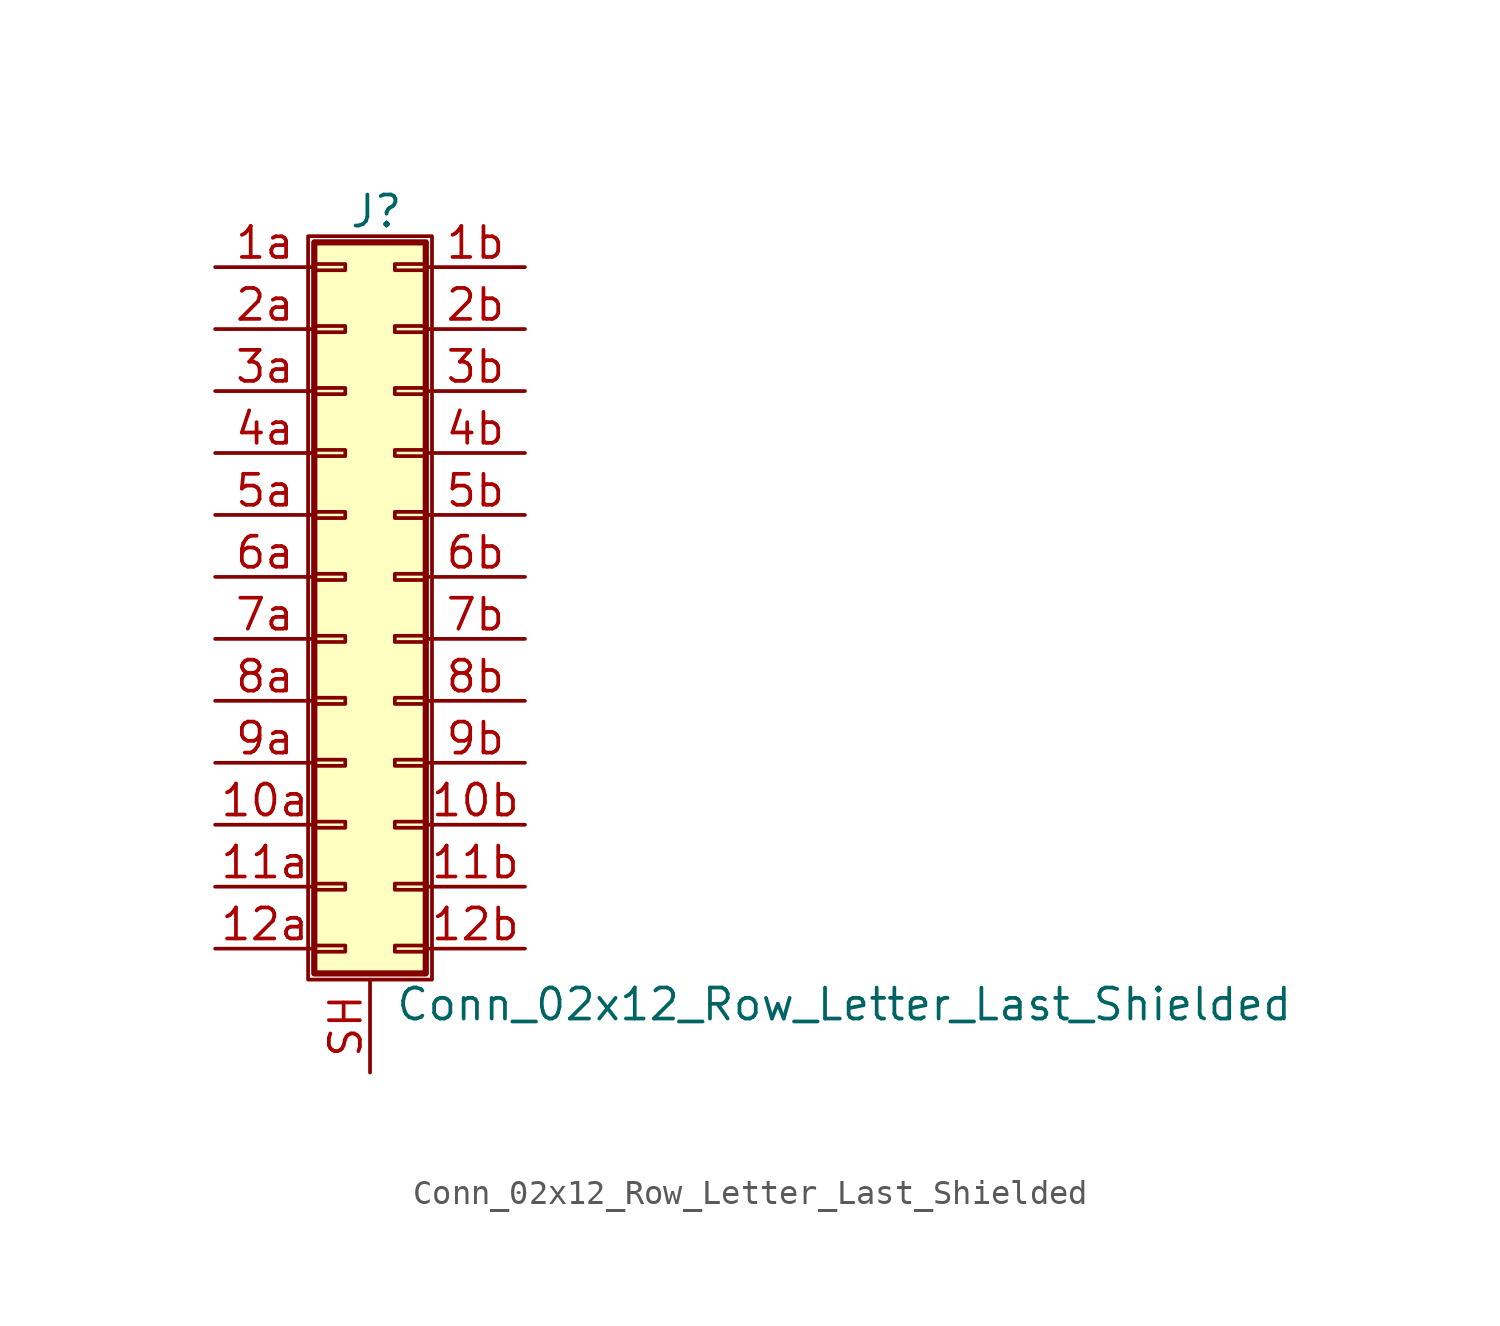
<source format=kicad_sym>
(kicad_symbol_lib
  (version 20211014)
  (generator kicad_symbol_editor)
  (symbol "Conn_02x12_Row_Letter_Last_Shielded"
    (pin_names
      (offset 1.016) hide)
    (property "Reference" "J"
      (at 1.524 14.986 0)
      (effects (font (size 1.27 1.27))))
    (property "Value" "Conn_02x12_Row_Letter_Last_Shielded"
      (at 2.286 -17.526 0)
      (effects (font (size 1.27 1.27)) (justify left)))
    (symbol "Conn_02x12_Row_Letter_Last_Shielded_1_1"
      (rectangle (start -1.27 13.97) (end 3.81 -16.51) (stroke (width 0.152) (type default) (color 0 0 0 0)) (fill (type none)))
      (rectangle (start -1.016 -15.113) (end 0.254 -15.367) (stroke (width 0.152) (type default) (color 0 0 0 0)) (fill (type none)))
      (rectangle (start -1.016 -12.573) (end 0.254 -12.827) (stroke (width 0.152) (type default) (color 0 0 0 0)) (fill (type none)))
      (rectangle (start -1.016 -10.033) (end 0.254 -10.287) (stroke (width 0.152) (type default) (color 0 0 0 0)) (fill (type none)))
      (rectangle (start -1.016 -7.493) (end 0.254 -7.747) (stroke (width 0.152) (type default) (color 0 0 0 0)) (fill (type none)))
      (rectangle (start -1.016 -4.953) (end 0.254 -5.207) (stroke (width 0.152) (type default) (color 0 0 0 0)) (fill (type none)))
      (rectangle (start -1.016 -2.413) (end 0.254 -2.667) (stroke (width 0.152) (type default) (color 0 0 0 0)) (fill (type none)))
      (rectangle (start -1.016 0.127) (end 0.254 -0.127) (stroke (width 0.152) (type default) (color 0 0 0 0)) (fill (type none)))
      (rectangle (start -1.016 2.667) (end 0.254 2.413) (stroke (width 0.152) (type default) (color 0 0 0 0)) (fill (type none)))
      (rectangle (start -1.016 5.207) (end 0.254 4.953) (stroke (width 0.152) (type default) (color 0 0 0 0)) (fill (type none)))
      (rectangle (start -1.016 7.747) (end 0.254 7.493) (stroke (width 0.152) (type default) (color 0 0 0 0)) (fill (type none)))
      (rectangle (start -1.016 10.287) (end 0.254 10.033) (stroke (width 0.152) (type default) (color 0 0 0 0)) (fill (type none)))
      (rectangle (start -1.016 12.827) (end 0.254 12.573) (stroke (width 0.152) (type default) (color 0 0 0 0)) (fill (type none)))
      (rectangle (start -1.016 13.716) (end 3.556 -16.256) (stroke (width 0.254) (type default) (color 0 0 0 0)) (fill (type background)))
      (rectangle (start 3.556 -15.113) (end 2.286 -15.367) (stroke (width 0.152) (type default) (color 0 0 0 0)) (fill (type none)))
      (rectangle (start 3.556 -12.573) (end 2.286 -12.827) (stroke (width 0.152) (type default) (color 0 0 0 0)) (fill (type none)))
      (rectangle (start 3.556 -10.033) (end 2.286 -10.287) (stroke (width 0.152) (type default) (color 0 0 0 0)) (fill (type none)))
      (rectangle (start 3.556 -7.493) (end 2.286 -7.747) (stroke (width 0.152) (type default) (color 0 0 0 0)) (fill (type none)))
      (rectangle (start 3.556 -4.953) (end 2.286 -5.207) (stroke (width 0.152) (type default) (color 0 0 0 0)) (fill (type none)))
      (rectangle (start 3.556 -2.413) (end 2.286 -2.667) (stroke (width 0.152) (type default) (color 0 0 0 0)) (fill (type none)))
      (rectangle (start 3.556 0.127) (end 2.286 -0.127) (stroke (width 0.152) (type default) (color 0 0 0 0)) (fill (type none)))
      (rectangle (start 3.556 2.667) (end 2.286 2.413) (stroke (width 0.152) (type default) (color 0 0 0 0)) (fill (type none)))
      (rectangle (start 3.556 5.207) (end 2.286 4.953) (stroke (width 0.152) (type default) (color 0 0 0 0)) (fill (type none)))
      (rectangle (start 3.556 7.747) (end 2.286 7.493) (stroke (width 0.152) (type default) (color 0 0 0 0)) (fill (type none)))
      (rectangle (start 3.556 10.287) (end 2.286 10.033) (stroke (width 0.152) (type default) (color 0 0 0 0)) (fill (type none)))
      (rectangle (start 3.556 12.827) (end 2.286 12.573) (stroke (width 0.152) (type default) (color 0 0 0 0)) (fill (type none)))
      (pin passive line (at -5.08 -10.16 0) (length 4.064) (name "Pin_10a" (effects (font (size 1.27 1.27)))) (number "10a" (effects (font (size 1.27 1.27)))))
      (pin passive line (at 7.62 -10.16 180) (length 4.064) (name "Pin_10b" (effects (font (size 1.27 1.27)))) (number "10b" (effects (font (size 1.27 1.27)))))
      (pin passive line (at -5.08 -12.7 0) (length 4.064) (name "Pin_11a" (effects (font (size 1.27 1.27)))) (number "11a" (effects (font (size 1.27 1.27)))))
      (pin passive line (at 7.62 -12.7 180) (length 4.064) (name "Pin_11b" (effects (font (size 1.27 1.27)))) (number "11b" (effects (font (size 1.27 1.27)))))
      (pin passive line (at -5.08 -15.24 0) (length 4.064) (name "Pin_12a" (effects (font (size 1.27 1.27)))) (number "12a" (effects (font (size 1.27 1.27)))))
      (pin passive line (at 7.62 -15.24 180) (length 4.064) (name "Pin_12b" (effects (font (size 1.27 1.27)))) (number "12b" (effects (font (size 1.27 1.27)))))
      (pin passive line (at -5.08 12.7 0) (length 4.064) (name "Pin_1a" (effects (font (size 1.27 1.27)))) (number "1a" (effects (font (size 1.27 1.27)))))
      (pin passive line (at 7.62 12.7 180) (length 4.064) (name "Pin_1b" (effects (font (size 1.27 1.27)))) (number "1b" (effects (font (size 1.27 1.27)))))
      (pin passive line (at -5.08 10.16 0) (length 4.064) (name "Pin_2a" (effects (font (size 1.27 1.27)))) (number "2a" (effects (font (size 1.27 1.27)))))
      (pin passive line (at 7.62 10.16 180) (length 4.064) (name "Pin_2b" (effects (font (size 1.27 1.27)))) (number "2b" (effects (font (size 1.27 1.27)))))
      (pin passive line (at -5.08 7.62 0) (length 4.064) (name "Pin_3a" (effects (font (size 1.27 1.27)))) (number "3a" (effects (font (size 1.27 1.27)))))
      (pin passive line (at 7.62 7.62 180) (length 4.064) (name "Pin_3b" (effects (font (size 1.27 1.27)))) (number "3b" (effects (font (size 1.27 1.27)))))
      (pin passive line (at -5.08 5.08 0) (length 4.064) (name "Pin_4a" (effects (font (size 1.27 1.27)))) (number "4a" (effects (font (size 1.27 1.27)))))
      (pin passive line (at 7.62 5.08 180) (length 4.064) (name "Pin_4b" (effects (font (size 1.27 1.27)))) (number "4b" (effects (font (size 1.27 1.27)))))
      (pin passive line (at -5.08 2.54 0) (length 4.064) (name "Pin_5a" (effects (font (size 1.27 1.27)))) (number "5a" (effects (font (size 1.27 1.27)))))
      (pin passive line (at 7.62 2.54 180) (length 4.064) (name "Pin_5b" (effects (font (size 1.27 1.27)))) (number "5b" (effects (font (size 1.27 1.27)))))
      (pin passive line (at -5.08 0 0) (length 4.064) (name "Pin_6a" (effects (font (size 1.27 1.27)))) (number "6a" (effects (font (size 1.27 1.27)))))
      (pin passive line (at 7.62 0 180) (length 4.064) (name "Pin_6b" (effects (font (size 1.27 1.27)))) (number "6b" (effects (font (size 1.27 1.27)))))
      (pin passive line (at -5.08 -2.54 0) (length 4.064) (name "Pin_7a" (effects (font (size 1.27 1.27)))) (number "7a" (effects (font (size 1.27 1.27)))))
      (pin passive line (at 7.62 -2.54 180) (length 4.064) (name "Pin_7b" (effects (font (size 1.27 1.27)))) (number "7b" (effects (font (size 1.27 1.27)))))
      (pin passive line (at -5.08 -5.08 0) (length 4.064) (name "Pin_8a" (effects (font (size 1.27 1.27)))) (number "8a" (effects (font (size 1.27 1.27)))))
      (pin passive line (at 7.62 -5.08 180) (length 4.064) (name "Pin_8b" (effects (font (size 1.27 1.27)))) (number "8b" (effects (font (size 1.27 1.27)))))
      (pin passive line (at -5.08 -7.62 0) (length 4.064) (name "Pin_9a" (effects (font (size 1.27 1.27)))) (number "9a" (effects (font (size 1.27 1.27)))))
      (pin passive line (at 7.62 -7.62 180) (length 4.064) (name "Pin_9b" (effects (font (size 1.27 1.27)))) (number "9b" (effects (font (size 1.27 1.27)))))
      (pin passive line (at 1.27 -20.32 90) (length 3.81) (name "Shield" (effects (font (size 1.27 1.27)))) (number "SH" (effects (font (size 1.27 1.27))))))))
</source>
